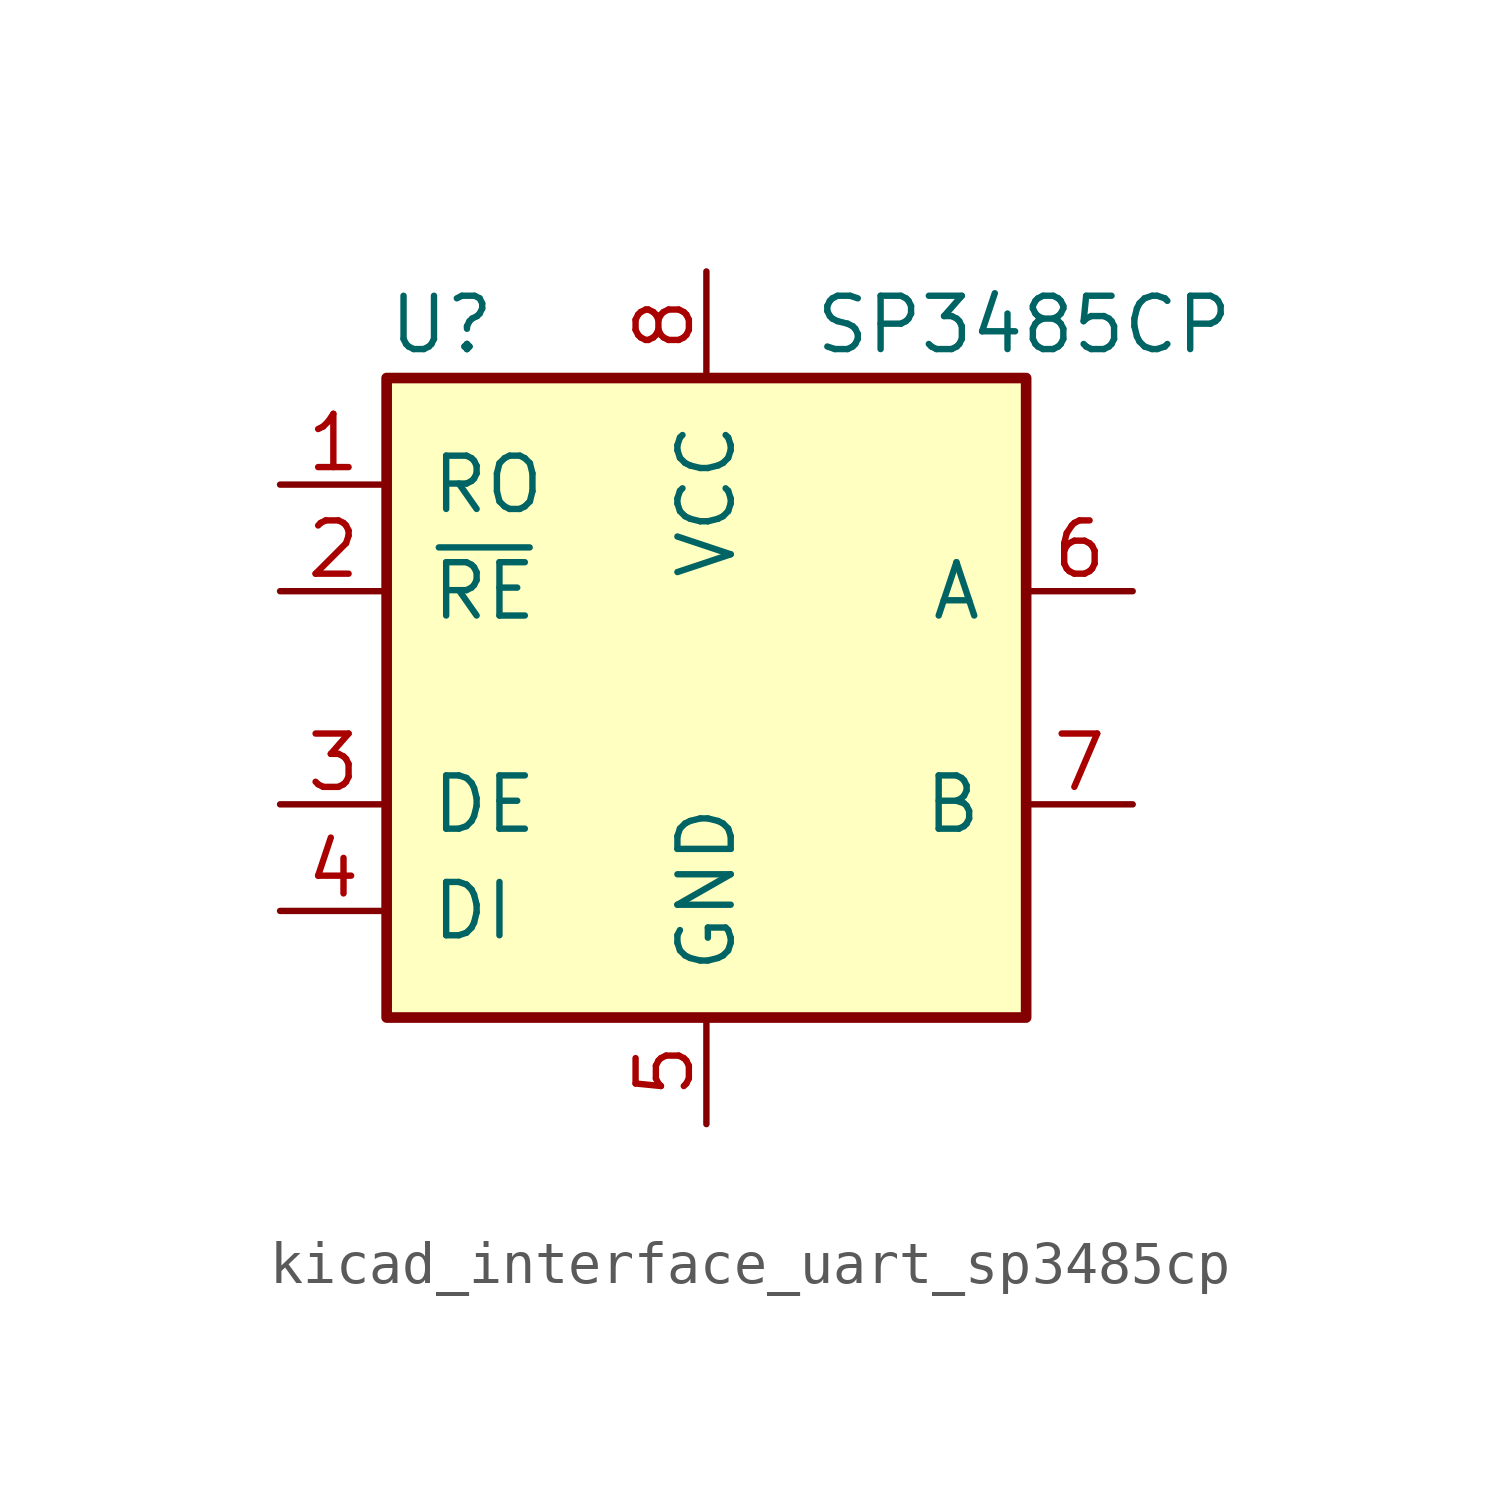
<source format=kicad_sym>
(kicad_symbol_lib
  (version 20220914)
  (generator kicad_symbol_editor)
  (symbol "kicad_interface_uart_sp3485cp"
    (pin_names
      (offset 1.016))
    (property "Reference" "U"
      (at -7.62 8.89 0)
      (effects (font (size 1.27 1.27)) (justify left)))
    (property "Value" "SP3485CP"
      (at 2.54 8.89 0)
      (effects (font (size 1.27 1.27)) (justify left)))
    (symbol "kicad_interface_uart_sp3485cp_0_1"
      (rectangle (start -7.62 7.62) (end 7.62 -7.62) (stroke (width 0.254) (type default)) (fill (type background))))
    (symbol "kicad_interface_uart_sp3485cp_1_1"
      (pin output line (at -10.16 5.08 0) (length 2.54) (name "RO" (effects (font (size 1.27 1.27)))) (number "1" (effects (font (size 1.27 1.27)))))
      (pin input line (at -10.16 2.54 0) (length 2.54) (name "~{RE}" (effects (font (size 1.27 1.27)))) (number "2" (effects (font (size 1.27 1.27)))))
      (pin input line (at -10.16 -2.54 0) (length 2.54) (name "DE" (effects (font (size 1.27 1.27)))) (number "3" (effects (font (size 1.27 1.27)))))
      (pin input line (at -10.16 -5.08 0) (length 2.54) (name "DI" (effects (font (size 1.27 1.27)))) (number "4" (effects (font (size 1.27 1.27)))))
      (pin power_in line (at 0 -10.16 90) (length 2.54) (name "GND" (effects (font (size 1.27 1.27)))) (number "5" (effects (font (size 1.27 1.27)))))
      (pin bidirectional line (at 10.16 2.54 180) (length 2.54) (name "A" (effects (font (size 1.27 1.27)))) (number "6" (effects (font (size 1.27 1.27)))))
      (pin bidirectional line (at 10.16 -2.54 180) (length 2.54) (name "B" (effects (font (size 1.27 1.27)))) (number "7" (effects (font (size 1.27 1.27)))))
      (pin power_in line (at 0 10.16 270) (length 2.54) (name "VCC" (effects (font (size 1.27 1.27)))) (number "8" (effects (font (size 1.27 1.27))))))))
</source>
